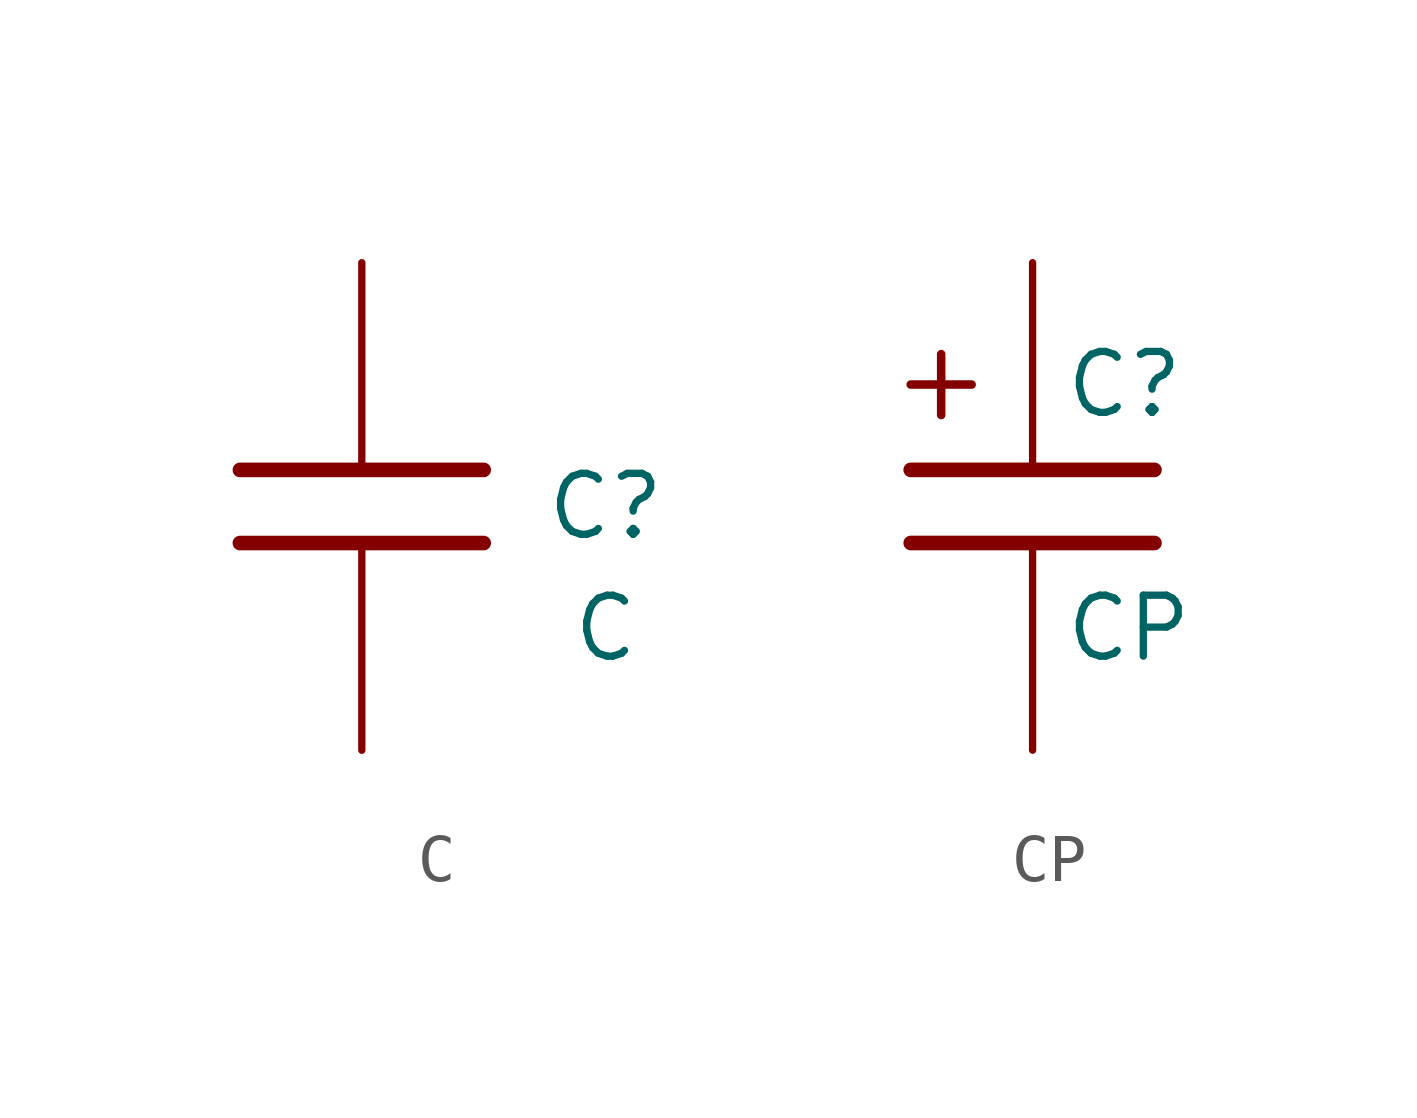
<source format=kicad_sym>
(kicad_symbol_lib
  (version 20211014)
  (generator kicad_symbol_editor)
  (symbol "C"
    (pin_numbers hide)
    (pin_names
      (offset 0.254))
    (property "Reference" "C"
      (at 5.08 0 0)
      (effects (font (size 1.27 1.27))))
    (property "Value" "C"
      (at 5.08 -2.54 0)
      (effects (font (size 1.27 1.27))))
    (symbol "C_0_1"
      (polyline (pts (xy -2.54 -0.762) (xy 2.54 -0.762)) (stroke (width 0.305) (type default) (color 0 0 0 0)) (fill (type none)))
      (polyline (pts (xy -2.54 0.762) (xy 2.54 0.762)) (stroke (width 0.305) (type default) (color 0 0 0 0)) (fill (type none))))
    (symbol "C_1_1"
      (pin passive line (at 0 5.08 270) (length 4.318) (name "~" (effects (font (size 1.27 1.27)))) (number "1" (effects (font (size 1.27 1.27)))))
      (pin passive line (at 0 -5.08 90) (length 4.318) (name "~" (effects (font (size 1.27 1.27)))) (number "2" (effects (font (size 1.27 1.27)))))))
  (symbol "CP"
    (pin_numbers hide)
    (pin_names
      (offset 0.254))
    (property "Reference" "C"
      (at 0.635 2.54 0)
      (effects (font (size 1.27 1.27)) (justify left)))
    (property "Value" "CP"
      (at 0.635 -2.54 0)
      (effects (font (size 1.27 1.27)) (justify left)))
    (symbol "CP_0_1"
      (polyline (pts (xy -2.54 2.54) (xy -1.27 2.54)) (stroke (width 0.178) (type default) (color 0 0 0 0)) (fill (type none)))
      (polyline (pts (xy -1.905 1.905) (xy -1.905 3.175)) (stroke (width 0.178) (type default) (color 0 0 0 0)) (fill (type none))))
    (symbol "CP_1_1"
      (polyline (pts (xy -2.54 -0.762) (xy 2.54 -0.762)) (stroke (width 0.305) (type default) (color 0 0 0 0)) (fill (type none)))
      (polyline (pts (xy -2.54 0.762) (xy 2.54 0.762)) (stroke (width 0.305) (type default) (color 0 0 0 0)) (fill (type none)))
      (pin passive line (at 0 5.08 270) (length 4.318) (name "~" (effects (font (size 1.27 1.27)))) (number "1" (effects (font (size 1.27 1.27)))))
      (pin passive line (at 0 -5.08 90) (length 4.318) (name "~" (effects (font (size 1.27 1.27)))) (number "2" (effects (font (size 1.27 1.27))))))))
</source>
